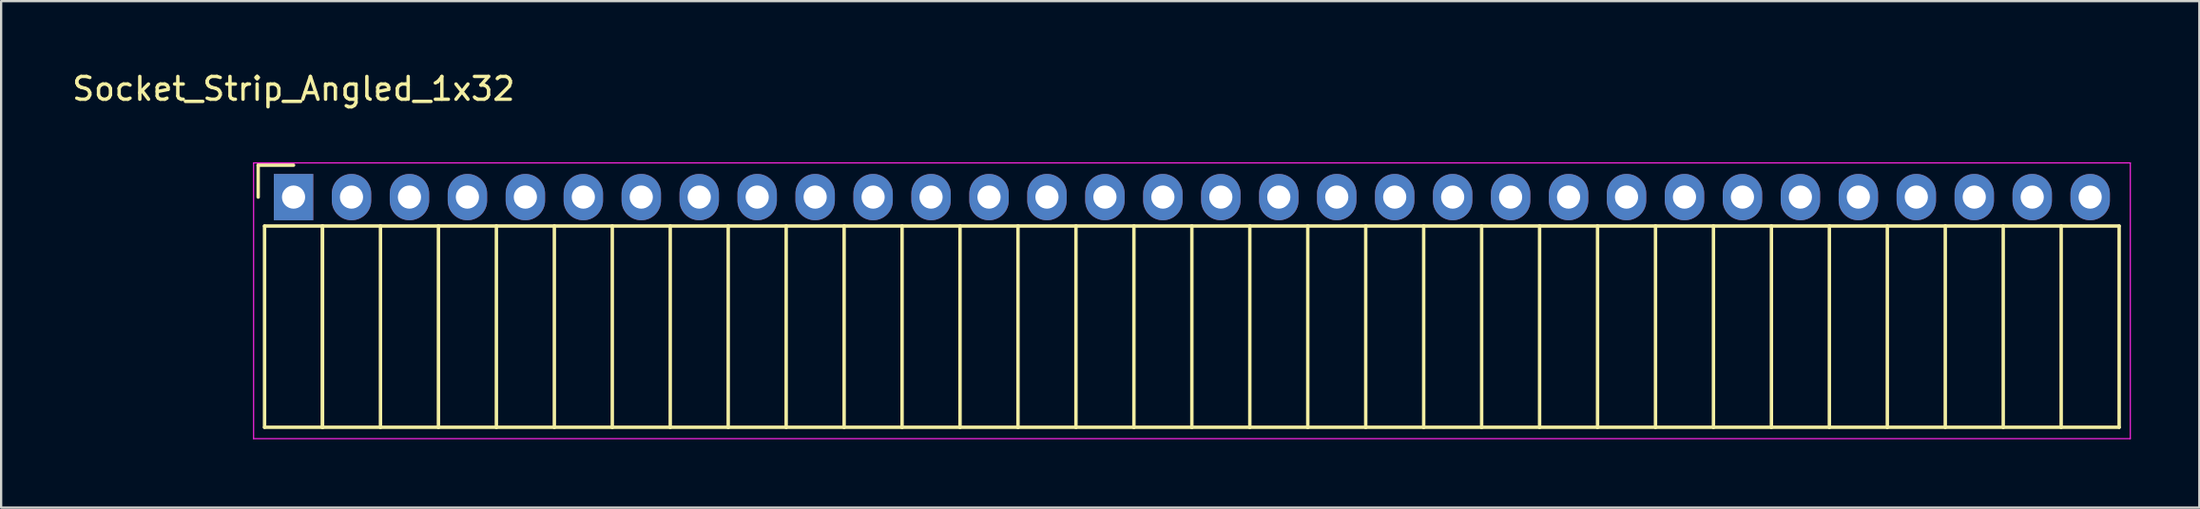
<source format=kicad_pcb>
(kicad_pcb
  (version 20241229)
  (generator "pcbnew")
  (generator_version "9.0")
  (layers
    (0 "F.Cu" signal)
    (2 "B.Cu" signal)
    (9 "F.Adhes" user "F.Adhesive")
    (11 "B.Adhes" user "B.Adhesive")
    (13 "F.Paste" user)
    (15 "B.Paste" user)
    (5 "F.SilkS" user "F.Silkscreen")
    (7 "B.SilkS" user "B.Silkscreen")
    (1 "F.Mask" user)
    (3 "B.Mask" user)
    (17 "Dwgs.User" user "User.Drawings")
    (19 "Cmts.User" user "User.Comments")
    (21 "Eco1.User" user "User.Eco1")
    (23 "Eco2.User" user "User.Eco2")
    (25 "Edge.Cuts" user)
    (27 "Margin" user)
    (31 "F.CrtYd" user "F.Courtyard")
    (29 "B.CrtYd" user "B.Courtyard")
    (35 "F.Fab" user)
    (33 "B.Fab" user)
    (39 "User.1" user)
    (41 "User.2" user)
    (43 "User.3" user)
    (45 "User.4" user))
  (footprint "Socket_Strip_Angled_1x32"
    (layer "F.Cu")
    (at 9.815 5.598)
    (property "Reference" "Socket_Strip_Angled_1x32" (at 0 -4.75 0) (layer "F.SilkS") (effects (font (size 1 1) (thickness 0.15))))
    (attr through_hole)
    (fp_line (start -1.55 -1.4) (end -1.55 0) (stroke (width 0.15) (type solid)) (layer "F.SilkS"))
    (fp_line (start -1.27 1.27) (end -1.27 10.1) (stroke (width 0.15) (type solid)) (layer "F.SilkS"))
    (fp_line (start -1.27 1.27) (end 1.27 1.27) (stroke (width 0.15) (type solid)) (layer "F.SilkS"))
    (fp_line (start -1.27 10.1) (end 1.27 10.1) (stroke (width 0.15) (type solid)) (layer "F.SilkS"))
    (fp_line (start 0 -1.4) (end -1.55 -1.4) (stroke (width 0.15) (type solid)) (layer "F.SilkS"))
    (fp_line (start 1.27 1.27) (end 1.27 10.1) (stroke (width 0.15) (type solid)) (layer "F.SilkS"))
    (fp_line (start 1.27 1.27) (end 3.81 1.27) (stroke (width 0.15) (type solid)) (layer "F.SilkS"))
    (fp_line (start 1.27 10.1) (end 1.27 1.27) (stroke (width 0.15) (type solid)) (layer "F.SilkS"))
    (fp_line (start 1.27 10.1) (end 3.81 10.1) (stroke (width 0.15) (type solid)) (layer "F.SilkS"))
    (fp_line (start 3.81 1.27) (end 6.35 1.27) (stroke (width 0.15) (type solid)) (layer "F.SilkS"))
    (fp_line (start 3.81 10.1) (end 3.81 1.27) (stroke (width 0.15) (type solid)) (layer "F.SilkS"))
    (fp_line (start 3.81 10.1) (end 6.35 10.1) (stroke (width 0.15) (type solid)) (layer "F.SilkS"))
    (fp_line (start 6.35 1.27) (end 8.89 1.27) (stroke (width 0.15) (type solid)) (layer "F.SilkS"))
    (fp_line (start 6.35 10.1) (end 6.35 1.27) (stroke (width 0.15) (type solid)) (layer "F.SilkS"))
    (fp_line (start 6.35 10.1) (end 8.89 10.1) (stroke (width 0.15) (type solid)) (layer "F.SilkS"))
    (fp_line (start 8.89 1.27) (end 11.43 1.27) (stroke (width 0.15) (type solid)) (layer "F.SilkS"))
    (fp_line (start 8.89 10.1) (end 8.89 1.27) (stroke (width 0.15) (type solid)) (layer "F.SilkS"))
    (fp_line (start 8.89 10.1) (end 11.43 10.1) (stroke (width 0.15) (type solid)) (layer "F.SilkS"))
    (fp_line (start 11.43 1.27) (end 13.97 1.27) (stroke (width 0.15) (type solid)) (layer "F.SilkS"))
    (fp_line (start 11.43 10.1) (end 11.43 1.27) (stroke (width 0.15) (type solid)) (layer "F.SilkS"))
    (fp_line (start 11.43 10.1) (end 13.97 10.1) (stroke (width 0.15) (type solid)) (layer "F.SilkS"))
    (fp_line (start 13.97 1.27) (end 16.51 1.27) (stroke (width 0.15) (type solid)) (layer "F.SilkS"))
    (fp_line (start 13.97 10.1) (end 13.97 1.27) (stroke (width 0.15) (type solid)) (layer "F.SilkS"))
    (fp_line (start 13.97 10.1) (end 16.51 10.1) (stroke (width 0.15) (type solid)) (layer "F.SilkS"))
    (fp_line (start 16.51 1.27) (end 19.05 1.27) (stroke (width 0.15) (type solid)) (layer "F.SilkS"))
    (fp_line (start 16.51 10.1) (end 16.51 1.27) (stroke (width 0.15) (type solid)) (layer "F.SilkS"))
    (fp_line (start 16.51 10.1) (end 19.05 10.1) (stroke (width 0.15) (type solid)) (layer "F.SilkS"))
    (fp_line (start 19.05 1.27) (end 21.59 1.27) (stroke (width 0.15) (type solid)) (layer "F.SilkS"))
    (fp_line (start 19.05 10.1) (end 19.05 1.27) (stroke (width 0.15) (type solid)) (layer "F.SilkS"))
    (fp_line (start 19.05 10.1) (end 21.59 10.1) (stroke (width 0.15) (type solid)) (layer "F.SilkS"))
    (fp_line (start 21.59 1.27) (end 24.13 1.27) (stroke (width 0.15) (type solid)) (layer "F.SilkS"))
    (fp_line (start 21.59 10.1) (end 21.59 1.27) (stroke (width 0.15) (type solid)) (layer "F.SilkS"))
    (fp_line (start 21.59 10.1) (end 24.13 10.1) (stroke (width 0.15) (type solid)) (layer "F.SilkS"))
    (fp_line (start 24.13 1.27) (end 26.67 1.27) (stroke (width 0.15) (type solid)) (layer "F.SilkS"))
    (fp_line (start 24.13 10.1) (end 24.13 1.27) (stroke (width 0.15) (type solid)) (layer "F.SilkS"))
    (fp_line (start 24.13 10.1) (end 26.67 10.1) (stroke (width 0.15) (type solid)) (layer "F.SilkS"))
    (fp_line (start 26.67 1.27) (end 29.21 1.27) (stroke (width 0.15) (type solid)) (layer "F.SilkS"))
    (fp_line (start 26.67 10.1) (end 26.67 1.27) (stroke (width 0.15) (type solid)) (layer "F.SilkS"))
    (fp_line (start 26.67 10.1) (end 29.21 10.1) (stroke (width 0.15) (type solid)) (layer "F.SilkS"))
    (fp_line (start 29.21 1.27) (end 31.75 1.27) (stroke (width 0.15) (type solid)) (layer "F.SilkS"))
    (fp_line (start 29.21 10.1) (end 29.21 1.27) (stroke (width 0.15) (type solid)) (layer "F.SilkS"))
    (fp_line (start 29.21 10.1) (end 31.75 10.1) (stroke (width 0.15) (type solid)) (layer "F.SilkS"))
    (fp_line (start 31.75 1.27) (end 34.29 1.27) (stroke (width 0.15) (type solid)) (layer "F.SilkS"))
    (fp_line (start 31.75 10.1) (end 31.75 1.27) (stroke (width 0.15) (type solid)) (layer "F.SilkS"))
    (fp_line (start 31.75 10.1) (end 34.29 10.1) (stroke (width 0.15) (type solid)) (layer "F.SilkS"))
    (fp_line (start 34.29 1.27) (end 36.83 1.27) (stroke (width 0.15) (type solid)) (layer "F.SilkS"))
    (fp_line (start 34.29 10.1) (end 34.29 1.27) (stroke (width 0.15) (type solid)) (layer "F.SilkS"))
    (fp_line (start 34.29 10.1) (end 36.83 10.1) (stroke (width 0.15) (type solid)) (layer "F.SilkS"))
    (fp_line (start 36.83 1.27) (end 39.37 1.27) (stroke (width 0.15) (type solid)) (layer "F.SilkS"))
    (fp_line (start 36.83 10.1) (end 36.83 1.27) (stroke (width 0.15) (type solid)) (layer "F.SilkS"))
    (fp_line (start 36.83 10.1) (end 39.37 10.1) (stroke (width 0.15) (type solid)) (layer "F.SilkS"))
    (fp_line (start 39.37 1.27) (end 41.91 1.27) (stroke (width 0.15) (type solid)) (layer "F.SilkS"))
    (fp_line (start 39.37 10.1) (end 39.37 1.27) (stroke (width 0.15) (type solid)) (layer "F.SilkS"))
    (fp_line (start 39.37 10.1) (end 41.91 10.1) (stroke (width 0.15) (type solid)) (layer "F.SilkS"))
    (fp_line (start 41.91 1.27) (end 44.45 1.27) (stroke (width 0.15) (type solid)) (layer "F.SilkS"))
    (fp_line (start 41.91 10.1) (end 41.91 1.27) (stroke (width 0.15) (type solid)) (layer "F.SilkS"))
    (fp_line (start 41.91 10.1) (end 44.45 10.1) (stroke (width 0.15) (type solid)) (layer "F.SilkS"))
    (fp_line (start 44.45 1.27) (end 46.99 1.27) (stroke (width 0.15) (type solid)) (layer "F.SilkS"))
    (fp_line (start 44.45 10.1) (end 44.45 1.27) (stroke (width 0.15) (type solid)) (layer "F.SilkS"))
    (fp_line (start 44.45 10.1) (end 46.99 10.1) (stroke (width 0.15) (type solid)) (layer "F.SilkS"))
    (fp_line (start 46.99 1.27) (end 49.53 1.27) (stroke (width 0.15) (type solid)) (layer "F.SilkS"))
    (fp_line (start 46.99 10.1) (end 46.99 1.27) (stroke (width 0.15) (type solid)) (layer "F.SilkS"))
    (fp_line (start 46.99 10.1) (end 49.53 10.1) (stroke (width 0.15) (type solid)) (layer "F.SilkS"))
    (fp_line (start 49.53 1.27) (end 52.07 1.27) (stroke (width 0.15) (type solid)) (layer "F.SilkS"))
    (fp_line (start 49.53 10.1) (end 49.53 1.27) (stroke (width 0.15) (type solid)) (layer "F.SilkS"))
    (fp_line (start 49.53 10.1) (end 52.07 10.1) (stroke (width 0.15) (type solid)) (layer "F.SilkS"))
    (fp_line (start 52.07 1.27) (end 54.61 1.27) (stroke (width 0.15) (type solid)) (layer "F.SilkS"))
    (fp_line (start 52.07 10.1) (end 52.07 1.27) (stroke (width 0.15) (type solid)) (layer "F.SilkS"))
    (fp_line (start 52.07 10.1) (end 54.61 10.1) (stroke (width 0.15) (type solid)) (layer "F.SilkS"))
    (fp_line (start 54.61 1.27) (end 57.15 1.27) (stroke (width 0.15) (type solid)) (layer "F.SilkS"))
    (fp_line (start 54.61 10.1) (end 54.61 1.27) (stroke (width 0.15) (type solid)) (layer "F.SilkS"))
    (fp_line (start 54.61 10.1) (end 57.15 10.1) (stroke (width 0.15) (type solid)) (layer "F.SilkS"))
    (fp_line (start 57.15 1.27) (end 59.69 1.27) (stroke (width 0.15) (type solid)) (layer "F.SilkS"))
    (fp_line (start 57.15 10.1) (end 57.15 1.27) (stroke (width 0.15) (type solid)) (layer "F.SilkS"))
    (fp_line (start 57.15 10.1) (end 59.69 10.1) (stroke (width 0.15) (type solid)) (layer "F.SilkS"))
    (fp_line (start 59.69 1.27) (end 62.23 1.27) (stroke (width 0.15) (type solid)) (layer "F.SilkS"))
    (fp_line (start 59.69 10.1) (end 59.69 1.27) (stroke (width 0.15) (type solid)) (layer "F.SilkS"))
    (fp_line (start 59.69 10.1) (end 62.23 10.1) (stroke (width 0.15) (type solid)) (layer "F.SilkS"))
    (fp_line (start 62.23 1.27) (end 64.77 1.27) (stroke (width 0.15) (type solid)) (layer "F.SilkS"))
    (fp_line (start 62.23 10.1) (end 62.23 1.27) (stroke (width 0.15) (type solid)) (layer "F.SilkS"))
    (fp_line (start 62.23 10.1) (end 64.77 10.1) (stroke (width 0.15) (type solid)) (layer "F.SilkS"))
    (fp_line (start 64.77 1.27) (end 67.31 1.27) (stroke (width 0.15) (type solid)) (layer "F.SilkS"))
    (fp_line (start 64.77 10.1) (end 64.77 1.27) (stroke (width 0.15) (type solid)) (layer "F.SilkS"))
    (fp_line (start 64.77 10.1) (end 67.31 10.1) (stroke (width 0.15) (type solid)) (layer "F.SilkS"))
    (fp_line (start 67.31 1.27) (end 69.85 1.27) (stroke (width 0.15) (type solid)) (layer "F.SilkS"))
    (fp_line (start 67.31 10.1) (end 67.31 1.27) (stroke (width 0.15) (type solid)) (layer "F.SilkS"))
    (fp_line (start 67.31 10.1) (end 69.85 10.1) (stroke (width 0.15) (type solid)) (layer "F.SilkS"))
    (fp_line (start 69.85 1.27) (end 72.39 1.27) (stroke (width 0.15) (type solid)) (layer "F.SilkS"))
    (fp_line (start 69.85 10.1) (end 69.85 1.27) (stroke (width 0.15) (type solid)) (layer "F.SilkS"))
    (fp_line (start 69.85 10.1) (end 72.39 10.1) (stroke (width 0.15) (type solid)) (layer "F.SilkS"))
    (fp_line (start 72.39 1.27) (end 74.93 1.27) (stroke (width 0.15) (type solid)) (layer "F.SilkS"))
    (fp_line (start 72.39 10.1) (end 72.39 1.27) (stroke (width 0.15) (type solid)) (layer "F.SilkS"))
    (fp_line (start 72.39 10.1) (end 74.93 10.1) (stroke (width 0.15) (type solid)) (layer "F.SilkS"))
    (fp_line (start 74.93 1.27) (end 77.47 1.27) (stroke (width 0.15) (type solid)) (layer "F.SilkS"))
    (fp_line (start 74.93 10.1) (end 74.93 1.27) (stroke (width 0.15) (type solid)) (layer "F.SilkS"))
    (fp_line (start 74.93 10.1) (end 77.47 10.1) (stroke (width 0.15) (type solid)) (layer "F.SilkS"))
    (fp_line (start 77.47 1.27) (end 80.01 1.27) (stroke (width 0.15) (type solid)) (layer "F.SilkS"))
    (fp_line (start 77.47 10.1) (end 77.47 1.27) (stroke (width 0.15) (type solid)) (layer "F.SilkS"))
    (fp_line (start 77.47 10.1) (end 80.01 10.1) (stroke (width 0.15) (type solid)) (layer "F.SilkS"))
    (fp_line (start 80.01 10.1) (end 80.01 1.27) (stroke (width 0.15) (type solid)) (layer "F.SilkS"))
    (fp_line (start -1.75 -1.5) (end -1.75 10.6) (stroke (width 0.05) (type solid)) (layer "F.CrtYd"))
    (fp_line (start -1.75 -1.5) (end 80.5 -1.5) (stroke (width 0.05) (type solid)) (layer "F.CrtYd"))
    (fp_line (start -1.75 10.6) (end 80.5 10.6) (stroke (width 0.05) (type solid)) (layer "F.CrtYd"))
    (fp_line (start 80.5 -1.5) (end 80.5 10.6) (stroke (width 0.05) (type solid)) (layer "F.CrtYd"))
    (pad "1" thru_hole rect (at 0 0) (size 1.727 2.032) (drill 1.016) (layers "*.Cu" "*.Mask"))
    (pad "2" thru_hole oval (at 2.54 0) (size 1.727 2.032) (drill 1.016) (layers "*.Cu" "*.Mask"))
    (pad "3" thru_hole oval (at 5.08 0) (size 1.727 2.032) (drill 1.016) (layers "*.Cu" "*.Mask"))
    (pad "4" thru_hole oval (at 7.62 0) (size 1.727 2.032) (drill 1.016) (layers "*.Cu" "*.Mask"))
    (pad "5" thru_hole oval (at 10.16 0) (size 1.727 2.032) (drill 1.016) (layers "*.Cu" "*.Mask"))
    (pad "6" thru_hole oval (at 12.7 0) (size 1.727 2.032) (drill 1.016) (layers "*.Cu" "*.Mask"))
    (pad "7" thru_hole oval (at 15.24 0) (size 1.727 2.032) (drill 1.016) (layers "*.Cu" "*.Mask"))
    (pad "8" thru_hole oval (at 17.78 0) (size 1.727 2.032) (drill 1.016) (layers "*.Cu" "*.Mask"))
    (pad "9" thru_hole oval (at 20.32 0) (size 1.727 2.032) (drill 1.016) (layers "*.Cu" "*.Mask"))
    (pad "10" thru_hole oval (at 22.86 0) (size 1.727 2.032) (drill 1.016) (layers "*.Cu" "*.Mask"))
    (pad "11" thru_hole oval (at 25.4 0) (size 1.727 2.032) (drill 1.016) (layers "*.Cu" "*.Mask"))
    (pad "12" thru_hole oval (at 27.94 0) (size 1.727 2.032) (drill 1.016) (layers "*.Cu" "*.Mask"))
    (pad "13" thru_hole oval (at 30.48 0) (size 1.727 2.032) (drill 1.016) (layers "*.Cu" "*.Mask"))
    (pad "14" thru_hole oval (at 33.02 0) (size 1.727 2.032) (drill 1.016) (layers "*.Cu" "*.Mask"))
    (pad "15" thru_hole oval (at 35.56 0) (size 1.727 2.032) (drill 1.016) (layers "*.Cu" "*.Mask"))
    (pad "16" thru_hole oval (at 38.1 0) (size 1.727 2.032) (drill 1.016) (layers "*.Cu" "*.Mask"))
    (pad "17" thru_hole oval (at 40.64 0) (size 1.727 2.032) (drill 1.016) (layers "*.Cu" "*.Mask"))
    (pad "18" thru_hole oval (at 43.18 0) (size 1.727 2.032) (drill 1.016) (layers "*.Cu" "*.Mask"))
    (pad "19" thru_hole oval (at 45.72 0) (size 1.727 2.032) (drill 1.016) (layers "*.Cu" "*.Mask"))
    (pad "20" thru_hole oval (at 48.26 0) (size 1.727 2.032) (drill 1.016) (layers "*.Cu" "*.Mask"))
    (pad "21" thru_hole oval (at 50.8 0) (size 1.727 2.032) (drill 1.016) (layers "*.Cu" "*.Mask"))
    (pad "22" thru_hole oval (at 53.34 0) (size 1.727 2.032) (drill 1.016) (layers "*.Cu" "*.Mask"))
    (pad "23" thru_hole oval (at 55.88 0) (size 1.727 2.032) (drill 1.016) (layers "*.Cu" "*.Mask"))
    (pad "24" thru_hole oval (at 58.42 0) (size 1.727 2.032) (drill 1.016) (layers "*.Cu" "*.Mask"))
    (pad "25" thru_hole oval (at 60.96 0) (size 1.727 2.032) (drill 1.016) (layers "*.Cu" "*.Mask"))
    (pad "26" thru_hole oval (at 63.5 0) (size 1.727 2.032) (drill 1.016) (layers "*.Cu" "*.Mask"))
    (pad "27" thru_hole oval (at 66.04 0) (size 1.727 2.032) (drill 1.016) (layers "*.Cu" "*.Mask"))
    (pad "28" thru_hole oval (at 68.58 0) (size 1.727 2.032) (drill 1.016) (layers "*.Cu" "*.Mask"))
    (pad "29" thru_hole oval (at 71.12 0) (size 1.727 2.032) (drill 1.016) (layers "*.Cu" "*.Mask"))
    (pad "30" thru_hole oval (at 73.66 0) (size 1.727 2.032) (drill 1.016) (layers "*.Cu" "*.Mask"))
    (pad "31" thru_hole oval (at 76.2 0) (size 1.727 2.032) (drill 1.016) (layers "*.Cu" "*.Mask"))
    (pad "32" thru_hole oval (at 78.74 0) (size 1.727 2.032) (drill 1.016) (layers "*.Cu" "*.Mask")))
  (gr_rect
    (start -3 -3)
    (end 93.34 19.223)
    (stroke (width 0.1) (type default))
    (fill no)
    (layer "Edge.Cuts")))
</source>
